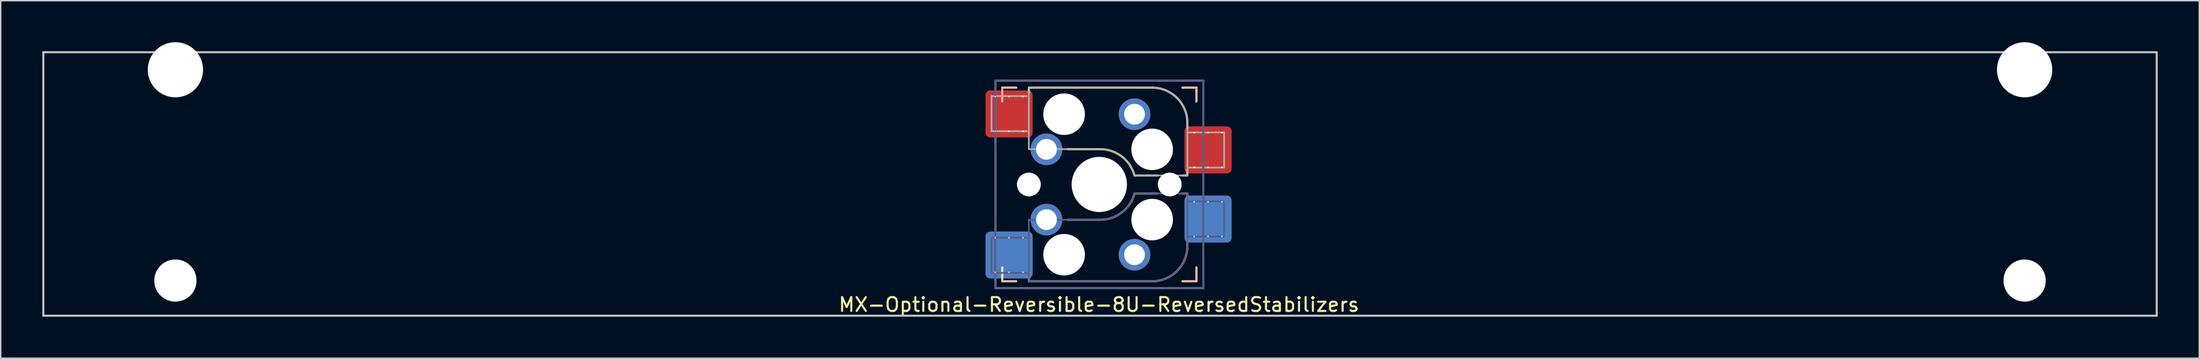
<source format=kicad_pcb>
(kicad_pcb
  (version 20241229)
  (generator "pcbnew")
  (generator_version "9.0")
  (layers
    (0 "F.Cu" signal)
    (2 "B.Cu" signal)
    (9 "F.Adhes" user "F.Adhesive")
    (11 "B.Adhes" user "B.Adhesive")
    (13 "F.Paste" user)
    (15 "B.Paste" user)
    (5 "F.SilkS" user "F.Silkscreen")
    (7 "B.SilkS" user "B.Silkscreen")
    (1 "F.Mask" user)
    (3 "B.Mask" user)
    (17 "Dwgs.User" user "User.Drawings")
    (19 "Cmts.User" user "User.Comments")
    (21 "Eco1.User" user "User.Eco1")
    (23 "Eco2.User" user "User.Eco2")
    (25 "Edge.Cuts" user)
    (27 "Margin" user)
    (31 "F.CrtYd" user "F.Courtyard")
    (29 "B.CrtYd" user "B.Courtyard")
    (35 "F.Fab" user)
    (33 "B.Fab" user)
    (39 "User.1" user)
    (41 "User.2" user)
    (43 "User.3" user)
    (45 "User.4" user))
  (footprint "MX-Optional-Reversible-8U-ReversedStabilizers"
    (layer "F.Cu")
    (at 76.275 10.249)
    (property "Reference" "MX-Optional-Reversible-8U-ReversedStabilizers" (at -0.077 8.726 180) (layer "F.SilkS") (effects (font (size 1 1) (thickness 0.15))))
    (attr smd)
    (fp_rect (start -8.258 -6.062) (end -4.858 -4.062) (stroke (width 0.1) (type solid)) (fill yes) (layer "F.Mask"))
    (fp_rect (start 6.092 -3.462) (end 9.492 -1.462) (stroke (width 0.1) (type solid)) (fill yes) (layer "F.Mask"))
    (fp_rect (start -4.858 4.138) (end -8.258 6.138) (stroke (width 0.1) (type solid)) (fill yes) (layer "B.Mask"))
    (fp_rect (start 9.492 1.538) (end 6.092 3.538) (stroke (width 0.1) (type solid)) (fill yes) (layer "B.Mask"))
    (fp_line (start -7.051 -6.962) (end -6.051 -6.962) (stroke (width 0.15) (type solid)) (layer "F.SilkS"))
    (fp_line (start -7.051 7.038) (end -7.051 6.038) (stroke (width 0.15) (type solid)) (layer "F.SilkS"))
    (fp_line (start -6.051 7.038) (end -7.051 7.038) (stroke (width 0.15) (type solid)) (layer "F.SilkS"))
    (fp_line (start -5.131 -6.581) (end -5.131 -6.962) (stroke (width 0.15) (type solid)) (layer "F.SilkS"))
    (fp_line (start -2.337 -2.517) (end -0.051 -2.517) (stroke (width 0.15) (type solid)) (layer "F.SilkS"))
    (fp_line (start 2.489 -0.612) (end 4.14 -0.612) (stroke (width 0.15) (type solid)) (layer "F.SilkS"))
    (fp_line (start 3.759 -6.962) (end -5.131 -6.962) (stroke (width 0.15) (type solid)) (layer "F.SilkS"))
    (fp_line (start 5.918 -0.612) (end 6.299 -0.612) (stroke (width 0.15) (type solid)) (layer "F.SilkS"))
    (fp_line (start 5.949 -6.962) (end 6.949 -6.962) (stroke (width 0.15) (type solid)) (layer "F.SilkS"))
    (fp_line (start 6.299 -4.041) (end 6.299 -4.422) (stroke (width 0.15) (type solid)) (layer "F.SilkS"))
    (fp_line (start 6.299 -0.612) (end 6.299 -0.993) (stroke (width 0.15) (type solid)) (layer "F.SilkS"))
    (fp_line (start 6.949 -6.962) (end 6.949 -5.962) (stroke (width 0.15) (type solid)) (layer "F.SilkS"))
    (fp_line (start 6.949 6.038) (end 6.949 7.038) (stroke (width 0.15) (type solid)) (layer "F.SilkS"))
    (fp_line (start 6.949 7.038) (end 5.949 7.038) (stroke (width 0.15) (type solid)) (layer "F.SilkS"))
    (fp_arc (start -0.05085 -2.51696) (mid 1.54712 -2.001754) (end 2.48915 -0.61196) (stroke (width 0.15) (type solid)) (layer "F.SilkS"))
    (fp_arc (start 3.75915 -6.96196) (mid 5.555201 -6.218011) (end 6.29915 -4.42196) (stroke (width 0.15) (type solid)) (layer "F.SilkS"))
    (fp_line (start -7.051 -6.962) (end -6.051 -6.962) (stroke (width 0.15) (type solid)) (layer "B.SilkS"))
    (fp_line (start -7.05 -6.96) (end -7.05 -5.96) (stroke (width 0.15) (type solid)) (layer "B.SilkS"))
    (fp_line (start -6.051 7.038) (end -7.051 7.038) (stroke (width 0.15) (type solid)) (layer "B.SilkS"))
    (fp_line (start -5.131 7.038) (end -5.131 6.657) (stroke (width 0.15) (type solid)) (layer "B.SilkS"))
    (fp_line (start -5.131 7.038) (end 3.759 7.038) (stroke (width 0.15) (type solid)) (layer "B.SilkS"))
    (fp_line (start -0.051 2.593) (end -2.337 2.593) (stroke (width 0.15) (type solid)) (layer "B.SilkS"))
    (fp_line (start 4.14 0.688) (end 2.489 0.688) (stroke (width 0.15) (type solid)) (layer "B.SilkS"))
    (fp_line (start 5.949 -6.962) (end 6.949 -6.962) (stroke (width 0.15) (type solid)) (layer "B.SilkS"))
    (fp_line (start 6.299 0.688) (end 5.918 0.688) (stroke (width 0.15) (type solid)) (layer "B.SilkS"))
    (fp_line (start 6.299 1.069) (end 6.299 0.688) (stroke (width 0.15) (type solid)) (layer "B.SilkS"))
    (fp_line (start 6.299 4.498) (end 6.299 4.117) (stroke (width 0.15) (type solid)) (layer "B.SilkS"))
    (fp_line (start 6.949 -6.962) (end 6.949 -5.962) (stroke (width 0.15) (type solid)) (layer "B.SilkS"))
    (fp_line (start 6.949 6.038) (end 6.949 7.038) (stroke (width 0.15) (type solid)) (layer "B.SilkS"))
    (fp_line (start 6.949 7.038) (end 5.949 7.038) (stroke (width 0.15) (type solid)) (layer "B.SilkS"))
    (fp_arc (start 2.48915 0.68804) (mid 1.547119 2.077831) (end -0.05085 2.59304) (stroke (width 0.15) (type solid)) (layer "B.SilkS"))
    (fp_arc (start 6.29915 4.49804) (mid 5.555201 6.294091) (end 3.75915 7.03804) (stroke (width 0.15) (type solid)) (layer "B.SilkS"))
    (fp_line (start -76.2 9.525) (end -76.2 -9.525) (stroke (width 0.15) (type solid)) (layer "Dwgs.User"))
    (fp_line (start 76.2 -9.525) (end -76.2 -9.525) (stroke (width 0.15) (type solid)) (layer "Dwgs.User"))
    (fp_line (start 76.2 9.525) (end -76.2 9.525) (stroke (width 0.15) (type solid)) (layer "Dwgs.User"))
    (fp_line (start 76.2 9.525) (end 76.2 -9.525) (stroke (width 0.15) (type solid)) (layer "Dwgs.User"))
    (fp_line (start -6.951 6.938) (end 6.849 6.938) (stroke (width 0.15) (type solid)) (layer "Eco2.User"))
    (fp_line (start -6.95 -6.86) (end -6.95 6.94) (stroke (width 0.15) (type solid)) (layer "Eco2.User"))
    (fp_line (start 6.848 6.94) (end 6.848 -6.86) (stroke (width 0.15) (type solid)) (layer "Eco2.User"))
    (fp_line (start 6.849 -6.862) (end -6.951 -6.862) (stroke (width 0.15) (type solid)) (layer "Eco2.User"))
    (fp_line (start -7.828 3.888) (end -7.828 6.428) (stroke (width 0.12) (type solid)) (layer "B.Fab"))
    (fp_line (start -7.828 6.428) (end -5.288 6.428) (stroke (width 0.12) (type solid)) (layer "B.Fab"))
    (fp_line (start -7.551 -7.462) (end 7.449 -7.462) (stroke (width 0.15) (type solid)) (layer "B.Fab"))
    (fp_line (start -7.551 7.538) (end -7.551 -7.462) (stroke (width 0.15) (type solid)) (layer "B.Fab"))
    (fp_line (start -5.288 3.888) (end -7.828 3.888) (stroke (width 0.12) (type solid)) (layer "B.Fab"))
    (fp_line (start -5.288 3.888) (end -7.828 3.888) (stroke (width 0.12) (type solid)) (layer "B.Fab"))
    (fp_line (start -5.131 2.593) (end -5.131 7.038) (stroke (width 0.12) (type solid)) (layer "B.Fab"))
    (fp_line (start -5.131 7.038) (end 3.759 7.038) (stroke (width 0.12) (type solid)) (layer "B.Fab"))
    (fp_line (start -0.051 2.593) (end -5.131 2.593) (stroke (width 0.12) (type solid)) (layer "B.Fab"))
    (fp_line (start 6.299 0.688) (end 2.489 0.688) (stroke (width 0.12) (type solid)) (layer "B.Fab"))
    (fp_line (start 6.299 4.498) (end 6.299 0.688) (stroke (width 0.12) (type solid)) (layer "B.Fab"))
    (fp_line (start 6.412 3.798) (end 8.952 3.798) (stroke (width 0.12) (type solid)) (layer "B.Fab"))
    (fp_line (start 7.449 -7.462) (end 7.449 7.538) (stroke (width 0.15) (type solid)) (layer "B.Fab"))
    (fp_line (start 7.449 7.538) (end -7.551 7.538) (stroke (width 0.15) (type solid)) (layer "B.Fab"))
    (fp_line (start 8.952 1.258) (end 6.412 1.258) (stroke (width 0.12) (type solid)) (layer "B.Fab"))
    (fp_line (start 8.952 3.798) (end 8.952 1.258) (stroke (width 0.12) (type solid)) (layer "B.Fab"))
    (fp_arc (start 2.48915 0.68804) (mid 1.547122 2.077836) (end -0.05085 2.59304) (stroke (width 0.12) (type solid)) (layer "B.Fab"))
    (fp_arc (start 6.29915 4.49804) (mid 5.555201 6.294091) (end 3.75915 7.03804) (stroke (width 0.12) (type solid)) (layer "B.Fab"))
    (fp_line (start -7.828 -6.352) (end -7.828 -3.812) (stroke (width 0.12) (type solid)) (layer "F.Fab"))
    (fp_line (start -7.828 -3.812) (end -5.288 -3.812) (stroke (width 0.12) (type solid)) (layer "F.Fab"))
    (fp_line (start -7.828 -3.812) (end -5.288 -3.812) (stroke (width 0.12) (type solid)) (layer "F.Fab"))
    (fp_line (start -7.551 -7.462) (end 7.449 -7.462) (stroke (width 0.15) (type solid)) (layer "F.Fab"))
    (fp_line (start -7.551 7.538) (end -7.551 -7.462) (stroke (width 0.15) (type solid)) (layer "F.Fab"))
    (fp_line (start -5.288 -6.352) (end -7.828 -6.352) (stroke (width 0.12) (type solid)) (layer "F.Fab"))
    (fp_line (start -5.131 -6.962) (end -5.131 -2.517) (stroke (width 0.12) (type solid)) (layer "F.Fab"))
    (fp_line (start -5.131 -2.517) (end -0.051 -2.517) (stroke (width 0.12) (type solid)) (layer "F.Fab"))
    (fp_line (start 2.489 -0.612) (end 6.299 -0.612) (stroke (width 0.12) (type solid)) (layer "F.Fab"))
    (fp_line (start 3.759 -6.962) (end -5.131 -6.962) (stroke (width 0.12) (type solid)) (layer "F.Fab"))
    (fp_line (start 6.299 -0.612) (end 6.299 -4.422) (stroke (width 0.12) (type solid)) (layer "F.Fab"))
    (fp_line (start 6.412 -1.182) (end 8.952 -1.182) (stroke (width 0.12) (type solid)) (layer "F.Fab"))
    (fp_line (start 7.449 7.538) (end -7.551 7.538) (stroke (width 0.15) (type solid)) (layer "F.Fab"))
    (fp_line (start 8.952 -3.722) (end 6.412 -3.722) (stroke (width 0.12) (type solid)) (layer "F.Fab"))
    (fp_line (start 8.952 -1.182) (end 8.952 -3.722) (stroke (width 0.12) (type solid)) (layer "F.Fab"))
    (fp_arc (start -0.05085 -2.51696) (mid 1.547122 -2.001755) (end 2.48915 -0.61196) (stroke (width 0.12) (type solid)) (layer "F.Fab"))
    (fp_arc (start 3.75915 -6.96196) (mid 5.555201 -6.218011) (end 6.29915 -4.42196) (stroke (width 0.12) (type solid)) (layer "F.Fab"))
    (pad "" np_thru_hole circle (at -66.675 -8.255) (size 3.988 3.988) (drill 3.988) (layers "*.Cu" "*.Mask"))
    (pad "" np_thru_hole circle (at -66.675 6.985) (size 3.048 3.048) (drill 3.048) (layers "*.Cu" "*.Mask"))
    (pad "" np_thru_hole circle (at -5.131 0.038 180) (size 1.702 1.702) (drill 1.702) (layers "*.Cu" "*.Mask"))
    (pad "" np_thru_hole circle (at -5.131 0.038) (size 1.702 1.702) (drill 1.702) (layers "*.Cu" "*.Mask"))
    (pad "" np_thru_hole circle (at -2.591 -5.042) (size 3 3) (drill 3) (layers "*.Cu" "*.Mask"))
    (pad "" np_thru_hole circle (at -2.591 5.118 180) (size 3 3) (drill 3) (layers "*.Cu" "*.Mask"))
    (pad "" np_thru_hole circle (at -0.051 0.038) (size 3.988 3.988) (drill 3.988) (layers "*.Cu" "*.Mask"))
    (pad "" np_thru_hole circle (at 3.759 -2.502) (size 3 3) (drill 3) (layers "*.Cu" "*.Mask"))
    (pad "" np_thru_hole circle (at 3.759 2.578 180) (size 3 3) (drill 3) (layers "*.Cu" "*.Mask"))
    (pad "" np_thru_hole circle (at 5.029 0.038) (size 1.702 1.702) (drill 1.702) (layers "*.Cu" "*.Mask"))
    (pad "" np_thru_hole circle (at 5.029 0.038 180) (size 1.702 1.702) (drill 1.702) (layers "*.Cu" "*.Mask"))
    (pad "" np_thru_hole circle (at 66.675 -8.255) (size 3.988 3.988) (drill 3.988) (layers "*.Cu" "*.Mask"))
    (pad "" np_thru_hole circle (at 66.675 6.985) (size 3.048 3.048) (drill 3.048) (layers "*.Cu" "*.Mask"))
    (pad "1" thru_hole circle (at -7.558 -6.312 270) (size 0.1 0.1) (drill 0.3) (layers "*.Cu" "*.Mask"))
    (pad "1" thru_hole circle (at -7.558 -3.812 270) (size 0.1 0.1) (drill 0.3) (layers "*.Cu" "*.Mask"))
    (pad "1" thru_hole circle (at -7.558 3.888 270) (size 0.1 0.1) (drill 0.3) (layers "*.Cu" "*.Mask"))
    (pad "1" thru_hole circle (at -7.558 6.388 270) (size 0.1 0.1) (drill 0.3) (layers "*.Cu" "*.Mask"))
    (pad "1" thru_hole circle (at -6.558 -6.312 270) (size 0.1 0.1) (drill 0.3) (layers "*.Cu"))
    (pad "1" smd roundrect (at -6.558 -5.062 180) (size 3.4 3.4) (property pad_prop_bga) (layers "F.Cu" "F.Paste") (roundrect_rratio 0.1))
    (pad "1" thru_hole circle (at -6.558 -3.812 270) (size 0.1 0.1) (drill 0.3) (layers "*.Cu" "*.Mask"))
    (pad "1" thru_hole circle (at -6.558 3.888 270) (size 0.1 0.1) (drill 0.3) (layers "*.Cu" "*.Mask"))
    (pad "1" smd roundrect (at -6.558 5.138) (size 3.4 3.4) (property pad_prop_bga) (layers "B.Cu" "B.Paste") (roundrect_rratio 0.1))
    (pad "1" thru_hole circle (at -6.558 6.388 270) (size 0.1 0.1) (drill 0.3) (layers "*.Cu"))
    (pad "1" thru_hole circle (at -5.558 -6.312 270) (size 0.1 0.1) (drill 0.3) (layers "*.Cu"))
    (pad "1" thru_hole circle (at -5.558 -3.812 270) (size 0.1 0.1) (drill 0.3) (layers "*.Cu" "*.Mask"))
    (pad "1" thru_hole circle (at -5.558 3.888 270) (size 0.1 0.1) (drill 0.3) (layers "*.Cu" "*.Mask"))
    (pad "1" thru_hole circle (at -5.558 6.388 270) (size 0.1 0.1) (drill 0.3) (layers "*.Cu"))
    (pad "1" thru_hole circle (at -3.861 -2.502) (size 2.286 2.286) (drill 1.499) (layers "*.Cu" "*.Mask"))
    (pad "1" thru_hole circle (at -3.861 2.578 180) (size 2.286 2.286) (drill 1.499) (layers "*.Cu" "*.Mask"))
    (pad "2" thru_hole circle (at 2.489 -5.042) (size 2.286 2.286) (drill 1.499) (layers "*.Cu" "*.Mask"))
    (pad "2" thru_hole circle (at 2.489 5.118 180) (size 2.286 2.286) (drill 1.499) (layers "*.Cu" "*.Mask"))
    (pad "2" thru_hole circle (at 6.792 -3.712 270) (size 0.1 0.1) (drill 0.3) (layers "*.Cu" "*.Mask"))
    (pad "2" thru_hole circle (at 6.792 -1.212 270) (size 0.1 0.1) (drill 0.3) (layers "*.Cu" "*.Mask"))
    (pad "2" thru_hole circle (at 6.792 1.288 270) (size 0.1 0.1) (drill 0.3) (layers "*.Cu" "*.Mask"))
    (pad "2" thru_hole circle (at 6.792 3.788 270) (size 0.1 0.1) (drill 0.3) (layers "*.Cu" "*.Mask"))
    (pad "2" thru_hole circle (at 7.792 -3.712 270) (size 0.1 0.1) (drill 0.3) (layers "*.Cu"))
    (pad "2" smd roundrect (at 7.792 -2.462 180) (size 3.4 3.4) (property pad_prop_bga) (layers "F.Cu" "F.Paste") (roundrect_rratio 0.1))
    (pad "2" thru_hole circle (at 7.792 -1.212 270) (size 0.1 0.1) (drill 0.3) (layers "*.Cu" "*.Mask"))
    (pad "2" thru_hole circle (at 7.792 1.288 270) (size 0.1 0.1) (drill 0.3) (layers "*.Cu" "*.Mask"))
    (pad "2" smd roundrect (at 7.792 2.538) (size 3.4 3.4) (property pad_prop_bga) (layers "B.Cu" "B.Paste") (roundrect_rratio 0.1))
    (pad "2" thru_hole circle (at 7.792 3.788 270) (size 0.1 0.1) (drill 0.3) (layers "*.Cu"))
    (pad "2" thru_hole circle (at 8.792 -3.712 270) (size 0.1 0.1) (drill 0.3) (layers "*.Cu"))
    (pad "2" thru_hole circle (at 8.792 -1.212 270) (size 0.1 0.1) (drill 0.3) (layers "*.Cu" "*.Mask"))
    (pad "2" thru_hole circle (at 8.792 1.288 270) (size 0.1 0.1) (drill 0.3) (layers "*.Cu" "*.Mask"))
    (pad "2" thru_hole circle (at 8.792 3.788 270) (size 0.1 0.1) (drill 0.3) (layers "*.Cu")))
  (gr_rect
    (start -3 -3)
    (end 155.55 22.849)
    (stroke (width 0.1) (type default))
    (fill no)
    (layer "Edge.Cuts")))
</source>
